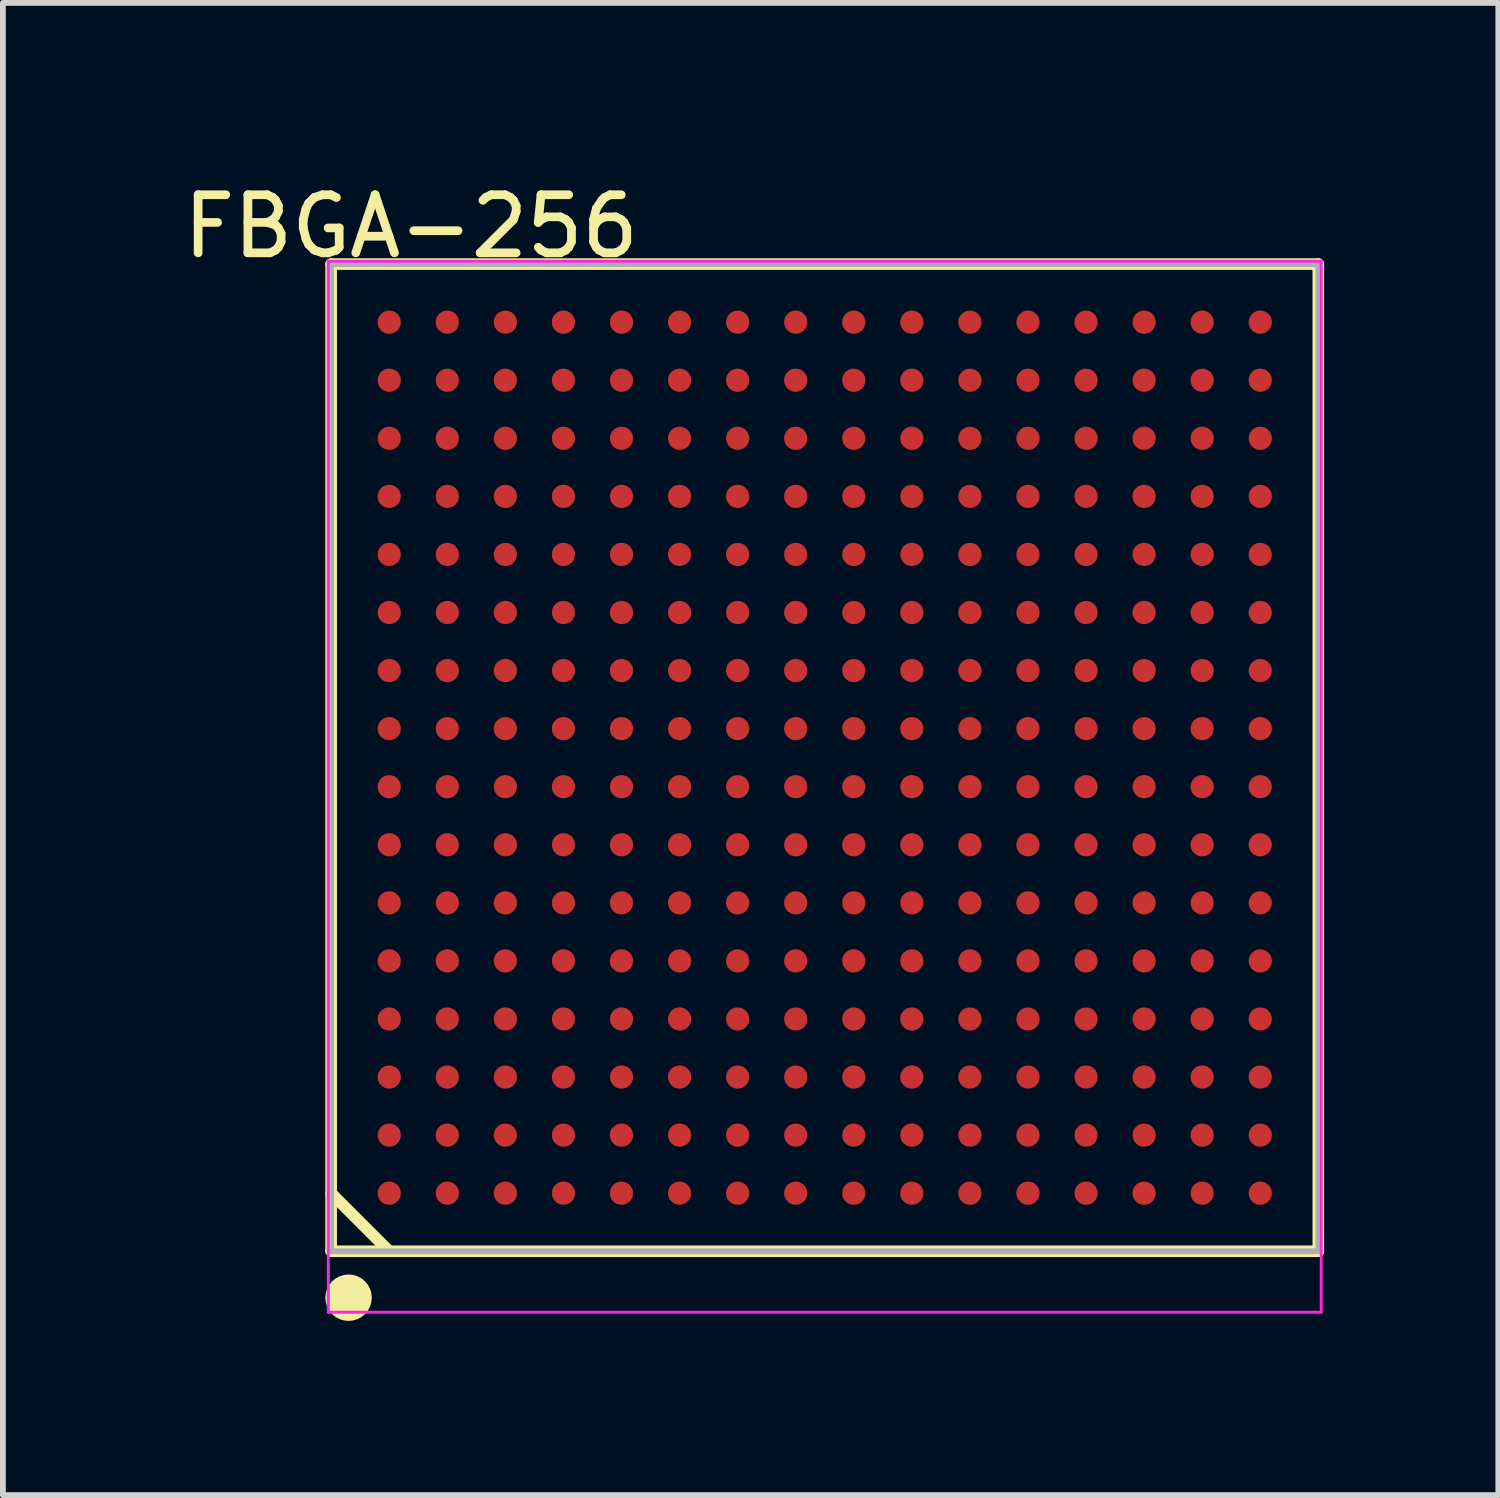
<source format=kicad_pcb>
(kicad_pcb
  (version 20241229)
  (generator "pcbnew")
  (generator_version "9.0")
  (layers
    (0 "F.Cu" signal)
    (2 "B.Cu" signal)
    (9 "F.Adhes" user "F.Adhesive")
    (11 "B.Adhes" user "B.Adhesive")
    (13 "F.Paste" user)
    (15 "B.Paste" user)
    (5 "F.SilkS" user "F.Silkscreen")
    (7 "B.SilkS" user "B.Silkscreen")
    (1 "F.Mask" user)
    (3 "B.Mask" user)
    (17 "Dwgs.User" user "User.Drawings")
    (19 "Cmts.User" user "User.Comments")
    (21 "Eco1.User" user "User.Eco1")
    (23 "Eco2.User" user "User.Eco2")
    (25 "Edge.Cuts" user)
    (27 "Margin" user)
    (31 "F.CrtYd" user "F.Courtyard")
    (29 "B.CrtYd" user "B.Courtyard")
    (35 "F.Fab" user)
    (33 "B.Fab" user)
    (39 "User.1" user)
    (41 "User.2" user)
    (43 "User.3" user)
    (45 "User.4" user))
  (footprint "FBGA-256"
    (layer "F.Cu")
    (at 11.153 9.998)
    (property "Reference" "FBGA-256" (at -7.124 -9.149 0) (layer "F.SilkS") (effects (font (size 1 1) (thickness 0.15))))
    (attr through_hole)
    (fp_line (start -8.5 -8.5) (end 8.5 -8.5) (stroke (width 0.2) (type solid)) (layer "F.SilkS"))
    (fp_line (start -8.5 7.5) (end -7.5 8.5) (stroke (width 0.2) (type solid)) (layer "F.SilkS"))
    (fp_line (start -8.5 8.5) (end -8.5 -8.5) (stroke (width 0.2) (type solid)) (layer "F.SilkS"))
    (fp_line (start -8.5 8.5) (end 8.5 8.5) (stroke (width 0.2) (type solid)) (layer "F.SilkS"))
    (fp_line (start 8.5 8.5) (end 8.5 -8.5) (stroke (width 0.2) (type solid)) (layer "F.SilkS"))
    (fp_circle (center -8.2 9.3) (end -8 9.3) (stroke (width 0.4) (type solid)) (fill no) (layer "F.SilkS"))
    (fp_line (start -8.55 -8.55) (end 8.55 -8.55) (stroke (width 0.05) (type solid)) (layer "F.CrtYd"))
    (fp_line (start -8.55 9.55) (end -8.55 -8.55) (stroke (width 0.05) (type solid)) (layer "F.CrtYd"))
    (fp_line (start 8.55 -8.55) (end 8.55 9.55) (stroke (width 0.05) (type solid)) (layer "F.CrtYd"))
    (fp_line (start 8.55 9.55) (end -8.55 9.55) (stroke (width 0.05) (type solid)) (layer "F.CrtYd"))
    (fp_line (start -8.5 -8.5) (end 8.5 -8.5) (stroke (width 0.1) (type solid)) (layer "F.Fab"))
    (fp_line (start -8.5 8.5) (end -8.5 -8.5) (stroke (width 0.1) (type solid)) (layer "F.Fab"))
    (fp_line (start -8.5 8.5) (end 8.5 8.5) (stroke (width 0.1) (type solid)) (layer "F.Fab"))
    (fp_line (start 8.5 8.5) (end 8.5 -8.5) (stroke (width 0.1) (type solid)) (layer "F.Fab"))
    (pad "A1" smd oval (at -7.5 7.5 90) (size 0.4 0.4) (layers "F.Cu" "F.Mask" "F.Paste"))
    (pad "A2" smd oval (at -7.5 6.5 90) (size 0.4 0.4) (layers "F.Cu" "F.Mask" "F.Paste"))
    (pad "A3" smd oval (at -7.5 5.5 90) (size 0.4 0.4) (layers "F.Cu" "F.Mask" "F.Paste"))
    (pad "A4" smd oval (at -7.5 4.5 90) (size 0.4 0.4) (layers "F.Cu" "F.Mask" "F.Paste"))
    (pad "A5" smd oval (at -7.5 3.5 90) (size 0.4 0.4) (layers "F.Cu" "F.Mask" "F.Paste"))
    (pad "A6" smd oval (at -7.5 2.5 90) (size 0.4 0.4) (layers "F.Cu" "F.Mask" "F.Paste"))
    (pad "A7" smd oval (at -7.5 1.5 90) (size 0.4 0.4) (layers "F.Cu" "F.Mask" "F.Paste"))
    (pad "A8" smd oval (at -7.5 0.5 90) (size 0.4 0.4) (layers "F.Cu" "F.Mask" "F.Paste"))
    (pad "A9" smd oval (at -7.5 -0.5 90) (size 0.4 0.4) (layers "F.Cu" "F.Mask" "F.Paste"))
    (pad "A10" smd oval (at -7.5 -1.5 90) (size 0.4 0.4) (layers "F.Cu" "F.Mask" "F.Paste"))
    (pad "A11" smd oval (at -7.5 -2.5 90) (size 0.4 0.4) (layers "F.Cu" "F.Mask" "F.Paste"))
    (pad "A12" smd oval (at -7.5 -3.5 90) (size 0.4 0.4) (layers "F.Cu" "F.Mask" "F.Paste"))
    (pad "A13" smd oval (at -7.5 -4.5 90) (size 0.4 0.4) (layers "F.Cu" "F.Mask" "F.Paste"))
    (pad "A14" smd oval (at -7.5 -5.5 90) (size 0.4 0.4) (layers "F.Cu" "F.Mask" "F.Paste"))
    (pad "A15" smd oval (at -7.5 -6.5 90) (size 0.4 0.4) (layers "F.Cu" "F.Mask" "F.Paste"))
    (pad "A16" smd oval (at -7.5 -7.5 90) (size 0.4 0.4) (layers "F.Cu" "F.Mask" "F.Paste"))
    (pad "B1" smd oval (at -6.5 7.5 90) (size 0.4 0.4) (layers "F.Cu" "F.Mask" "F.Paste"))
    (pad "B2" smd oval (at -6.5 6.5 90) (size 0.4 0.4) (layers "F.Cu" "F.Mask" "F.Paste"))
    (pad "B3" smd oval (at -6.5 5.5 90) (size 0.4 0.4) (layers "F.Cu" "F.Mask" "F.Paste"))
    (pad "B4" smd oval (at -6.5 4.5 90) (size 0.4 0.4) (layers "F.Cu" "F.Mask" "F.Paste"))
    (pad "B5" smd oval (at -6.5 3.5 90) (size 0.4 0.4) (layers "F.Cu" "F.Mask" "F.Paste"))
    (pad "B6" smd oval (at -6.5 2.5 90) (size 0.4 0.4) (layers "F.Cu" "F.Mask" "F.Paste"))
    (pad "B7" smd oval (at -6.5 1.5 90) (size 0.4 0.4) (layers "F.Cu" "F.Mask" "F.Paste"))
    (pad "B8" smd oval (at -6.5 0.5 90) (size 0.4 0.4) (layers "F.Cu" "F.Mask" "F.Paste"))
    (pad "B9" smd oval (at -6.5 -0.5 90) (size 0.4 0.4) (layers "F.Cu" "F.Mask" "F.Paste"))
    (pad "B10" smd oval (at -6.5 -1.5 90) (size 0.4 0.4) (layers "F.Cu" "F.Mask" "F.Paste"))
    (pad "B11" smd oval (at -6.5 -2.5 90) (size 0.4 0.4) (layers "F.Cu" "F.Mask" "F.Paste"))
    (pad "B12" smd oval (at -6.5 -3.5 90) (size 0.4 0.4) (layers "F.Cu" "F.Mask" "F.Paste"))
    (pad "B13" smd oval (at -6.5 -4.5 90) (size 0.4 0.4) (layers "F.Cu" "F.Mask" "F.Paste"))
    (pad "B14" smd oval (at -6.5 -5.5 90) (size 0.4 0.4) (layers "F.Cu" "F.Mask" "F.Paste"))
    (pad "B15" smd oval (at -6.5 -6.5 90) (size 0.4 0.4) (layers "F.Cu" "F.Mask" "F.Paste"))
    (pad "B16" smd oval (at -6.5 -7.5 90) (size 0.4 0.4) (layers "F.Cu" "F.Mask" "F.Paste"))
    (pad "C1" smd oval (at -5.5 7.5 90) (size 0.4 0.4) (layers "F.Cu" "F.Mask" "F.Paste"))
    (pad "C2" smd oval (at -5.5 6.5 90) (size 0.4 0.4) (layers "F.Cu" "F.Mask" "F.Paste"))
    (pad "C3" smd oval (at -5.5 5.5 90) (size 0.4 0.4) (layers "F.Cu" "F.Mask" "F.Paste"))
    (pad "C4" smd oval (at -5.5 4.5 90) (size 0.4 0.4) (layers "F.Cu" "F.Mask" "F.Paste"))
    (pad "C5" smd oval (at -5.5 3.5 90) (size 0.4 0.4) (layers "F.Cu" "F.Mask" "F.Paste"))
    (pad "C6" smd oval (at -5.5 2.5 90) (size 0.4 0.4) (layers "F.Cu" "F.Mask" "F.Paste"))
    (pad "C7" smd oval (at -5.5 1.5 90) (size 0.4 0.4) (layers "F.Cu" "F.Mask" "F.Paste"))
    (pad "C8" smd oval (at -5.5 0.5 90) (size 0.4 0.4) (layers "F.Cu" "F.Mask" "F.Paste"))
    (pad "C9" smd oval (at -5.5 -0.5 90) (size 0.4 0.4) (layers "F.Cu" "F.Mask" "F.Paste"))
    (pad "C10" smd oval (at -5.5 -1.5 90) (size 0.4 0.4) (layers "F.Cu" "F.Mask" "F.Paste"))
    (pad "C11" smd oval (at -5.5 -2.5 90) (size 0.4 0.4) (layers "F.Cu" "F.Mask" "F.Paste"))
    (pad "C12" smd oval (at -5.5 -3.5 90) (size 0.4 0.4) (layers "F.Cu" "F.Mask" "F.Paste"))
    (pad "C13" smd oval (at -5.5 -4.5 90) (size 0.4 0.4) (layers "F.Cu" "F.Mask" "F.Paste"))
    (pad "C14" smd oval (at -5.5 -5.5 90) (size 0.4 0.4) (layers "F.Cu" "F.Mask" "F.Paste"))
    (pad "C15" smd oval (at -5.5 -6.5 90) (size 0.4 0.4) (layers "F.Cu" "F.Mask" "F.Paste"))
    (pad "C16" smd oval (at -5.5 -7.5 90) (size 0.4 0.4) (layers "F.Cu" "F.Mask" "F.Paste"))
    (pad "D1" smd oval (at -4.5 7.5 90) (size 0.4 0.4) (layers "F.Cu" "F.Mask" "F.Paste"))
    (pad "D2" smd oval (at -4.5 6.5 90) (size 0.4 0.4) (layers "F.Cu" "F.Mask" "F.Paste"))
    (pad "D3" smd oval (at -4.5 5.5 90) (size 0.4 0.4) (layers "F.Cu" "F.Mask" "F.Paste"))
    (pad "D4" smd oval (at -4.5 4.5 90) (size 0.4 0.4) (layers "F.Cu" "F.Mask" "F.Paste"))
    (pad "D5" smd oval (at -4.5 3.5 90) (size 0.4 0.4) (layers "F.Cu" "F.Mask" "F.Paste"))
    (pad "D6" smd oval (at -4.5 2.5 90) (size 0.4 0.4) (layers "F.Cu" "F.Mask" "F.Paste"))
    (pad "D7" smd oval (at -4.5 1.5 90) (size 0.4 0.4) (layers "F.Cu" "F.Mask" "F.Paste"))
    (pad "D8" smd oval (at -4.5 0.5 90) (size 0.4 0.4) (layers "F.Cu" "F.Mask" "F.Paste"))
    (pad "D9" smd oval (at -4.5 -0.5 90) (size 0.4 0.4) (layers "F.Cu" "F.Mask" "F.Paste"))
    (pad "D10" smd oval (at -4.5 -1.5 90) (size 0.4 0.4) (layers "F.Cu" "F.Mask" "F.Paste"))
    (pad "D11" smd oval (at -4.5 -2.5 90) (size 0.4 0.4) (layers "F.Cu" "F.Mask" "F.Paste"))
    (pad "D12" smd oval (at -4.5 -3.5 90) (size 0.4 0.4) (layers "F.Cu" "F.Mask" "F.Paste"))
    (pad "D13" smd oval (at -4.5 -4.5 90) (size 0.4 0.4) (layers "F.Cu" "F.Mask" "F.Paste"))
    (pad "D14" smd oval (at -4.5 -5.5 90) (size 0.4 0.4) (layers "F.Cu" "F.Mask" "F.Paste"))
    (pad "D15" smd oval (at -4.5 -6.5 90) (size 0.4 0.4) (layers "F.Cu" "F.Mask" "F.Paste"))
    (pad "D16" smd oval (at -4.5 -7.5 90) (size 0.4 0.4) (layers "F.Cu" "F.Mask" "F.Paste"))
    (pad "E1" smd oval (at -3.5 7.5 90) (size 0.4 0.4) (layers "F.Cu" "F.Mask" "F.Paste"))
    (pad "E2" smd oval (at -3.5 6.5 90) (size 0.4 0.4) (layers "F.Cu" "F.Mask" "F.Paste"))
    (pad "E3" smd oval (at -3.5 5.5 90) (size 0.4 0.4) (layers "F.Cu" "F.Mask" "F.Paste"))
    (pad "E4" smd oval (at -3.5 4.5 90) (size 0.4 0.4) (layers "F.Cu" "F.Mask" "F.Paste"))
    (pad "E5" smd oval (at -3.5 3.5 90) (size 0.4 0.4) (layers "F.Cu" "F.Mask" "F.Paste"))
    (pad "E6" smd oval (at -3.5 2.5 90) (size 0.4 0.4) (layers "F.Cu" "F.Mask" "F.Paste"))
    (pad "E7" smd oval (at -3.5 1.5 90) (size 0.4 0.4) (layers "F.Cu" "F.Mask" "F.Paste"))
    (pad "E8" smd oval (at -3.5 0.5 90) (size 0.4 0.4) (layers "F.Cu" "F.Mask" "F.Paste"))
    (pad "E9" smd oval (at -3.5 -0.5 90) (size 0.4 0.4) (layers "F.Cu" "F.Mask" "F.Paste"))
    (pad "E10" smd oval (at -3.5 -1.5 90) (size 0.4 0.4) (layers "F.Cu" "F.Mask" "F.Paste"))
    (pad "E11" smd oval (at -3.5 -2.5 90) (size 0.4 0.4) (layers "F.Cu" "F.Mask" "F.Paste"))
    (pad "E12" smd oval (at -3.5 -3.5 90) (size 0.4 0.4) (layers "F.Cu" "F.Mask" "F.Paste"))
    (pad "E13" smd oval (at -3.5 -4.5 90) (size 0.4 0.4) (layers "F.Cu" "F.Mask" "F.Paste"))
    (pad "E14" smd oval (at -3.5 -5.5 90) (size 0.4 0.4) (layers "F.Cu" "F.Mask" "F.Paste"))
    (pad "E15" smd oval (at -3.5 -6.5 90) (size 0.4 0.4) (layers "F.Cu" "F.Mask" "F.Paste"))
    (pad "E16" smd oval (at -3.5 -7.5 90) (size 0.4 0.4) (layers "F.Cu" "F.Mask" "F.Paste"))
    (pad "F1" smd oval (at -2.5 7.5 90) (size 0.4 0.4) (layers "F.Cu" "F.Mask" "F.Paste"))
    (pad "F2" smd oval (at -2.5 6.5 90) (size 0.4 0.4) (layers "F.Cu" "F.Mask" "F.Paste"))
    (pad "F3" smd oval (at -2.5 5.5 90) (size 0.4 0.4) (layers "F.Cu" "F.Mask" "F.Paste"))
    (pad "F4" smd oval (at -2.5 4.5 90) (size 0.4 0.4) (layers "F.Cu" "F.Mask" "F.Paste"))
    (pad "F5" smd oval (at -2.5 3.5 90) (size 0.4 0.4) (layers "F.Cu" "F.Mask" "F.Paste"))
    (pad "F6" smd oval (at -2.5 2.5 90) (size 0.4 0.4) (layers "F.Cu" "F.Mask" "F.Paste"))
    (pad "F7" smd oval (at -2.5 1.5 90) (size 0.4 0.4) (layers "F.Cu" "F.Mask" "F.Paste"))
    (pad "F8" smd oval (at -2.5 0.5 90) (size 0.4 0.4) (layers "F.Cu" "F.Mask" "F.Paste"))
    (pad "F9" smd oval (at -2.5 -0.5 90) (size 0.4 0.4) (layers "F.Cu" "F.Mask" "F.Paste"))
    (pad "F10" smd oval (at -2.5 -1.5 90) (size 0.4 0.4) (layers "F.Cu" "F.Mask" "F.Paste"))
    (pad "F11" smd oval (at -2.5 -2.5 90) (size 0.4 0.4) (layers "F.Cu" "F.Mask" "F.Paste"))
    (pad "F12" smd oval (at -2.5 -3.5 90) (size 0.4 0.4) (layers "F.Cu" "F.Mask" "F.Paste"))
    (pad "F13" smd oval (at -2.5 -4.5 90) (size 0.4 0.4) (layers "F.Cu" "F.Mask" "F.Paste"))
    (pad "F14" smd oval (at -2.5 -5.5 90) (size 0.4 0.4) (layers "F.Cu" "F.Mask" "F.Paste"))
    (pad "F15" smd oval (at -2.5 -6.5 90) (size 0.4 0.4) (layers "F.Cu" "F.Mask" "F.Paste"))
    (pad "F16" smd oval (at -2.5 -7.5 90) (size 0.4 0.4) (layers "F.Cu" "F.Mask" "F.Paste"))
    (pad "G1" smd oval (at -1.5 7.5 90) (size 0.4 0.4) (layers "F.Cu" "F.Mask" "F.Paste"))
    (pad "G2" smd oval (at -1.5 6.5 90) (size 0.4 0.4) (layers "F.Cu" "F.Mask" "F.Paste"))
    (pad "G3" smd oval (at -1.5 5.5 90) (size 0.4 0.4) (layers "F.Cu" "F.Mask" "F.Paste"))
    (pad "G4" smd oval (at -1.5 4.5 90) (size 0.4 0.4) (layers "F.Cu" "F.Mask" "F.Paste"))
    (pad "G5" smd oval (at -1.5 3.5 90) (size 0.4 0.4) (layers "F.Cu" "F.Mask" "F.Paste"))
    (pad "G6" smd oval (at -1.5 2.5 90) (size 0.4 0.4) (layers "F.Cu" "F.Mask" "F.Paste"))
    (pad "G7" smd oval (at -1.5 1.5 90) (size 0.4 0.4) (layers "F.Cu" "F.Mask" "F.Paste"))
    (pad "G8" smd oval (at -1.5 0.5 90) (size 0.4 0.4) (layers "F.Cu" "F.Mask" "F.Paste"))
    (pad "G9" smd oval (at -1.5 -0.5 90) (size 0.4 0.4) (layers "F.Cu" "F.Mask" "F.Paste"))
    (pad "G10" smd oval (at -1.5 -1.5 90) (size 0.4 0.4) (layers "F.Cu" "F.Mask" "F.Paste"))
    (pad "G11" smd oval (at -1.5 -2.5 90) (size 0.4 0.4) (layers "F.Cu" "F.Mask" "F.Paste"))
    (pad "G12" smd oval (at -1.5 -3.5 90) (size 0.4 0.4) (layers "F.Cu" "F.Mask" "F.Paste"))
    (pad "G13" smd oval (at -1.5 -4.5 90) (size 0.4 0.4) (layers "F.Cu" "F.Mask" "F.Paste"))
    (pad "G14" smd oval (at -1.5 -5.5 90) (size 0.4 0.4) (layers "F.Cu" "F.Mask" "F.Paste"))
    (pad "G15" smd oval (at -1.5 -6.5 90) (size 0.4 0.4) (layers "F.Cu" "F.Mask" "F.Paste"))
    (pad "G16" smd oval (at -1.5 -7.5 90) (size 0.4 0.4) (layers "F.Cu" "F.Mask" "F.Paste"))
    (pad "H1" smd oval (at -0.5 7.5 90) (size 0.4 0.4) (layers "F.Cu" "F.Mask" "F.Paste"))
    (pad "H2" smd oval (at -0.5 6.5 90) (size 0.4 0.4) (layers "F.Cu" "F.Mask" "F.Paste"))
    (pad "H3" smd oval (at -0.5 5.5 90) (size 0.4 0.4) (layers "F.Cu" "F.Mask" "F.Paste"))
    (pad "H4" smd oval (at -0.5 4.5 90) (size 0.4 0.4) (layers "F.Cu" "F.Mask" "F.Paste"))
    (pad "H5" smd oval (at -0.5 3.5 90) (size 0.4 0.4) (layers "F.Cu" "F.Mask" "F.Paste"))
    (pad "H6" smd oval (at -0.5 2.5 90) (size 0.4 0.4) (layers "F.Cu" "F.Mask" "F.Paste"))
    (pad "H7" smd oval (at -0.5 1.5 90) (size 0.4 0.4) (layers "F.Cu" "F.Mask" "F.Paste"))
    (pad "H8" smd oval (at -0.5 0.5 90) (size 0.4 0.4) (layers "F.Cu" "F.Mask" "F.Paste"))
    (pad "H9" smd oval (at -0.5 -0.5 90) (size 0.4 0.4) (layers "F.Cu" "F.Mask" "F.Paste"))
    (pad "H10" smd oval (at -0.5 -1.5 90) (size 0.4 0.4) (layers "F.Cu" "F.Mask" "F.Paste"))
    (pad "H11" smd oval (at -0.5 -2.5 90) (size 0.4 0.4) (layers "F.Cu" "F.Mask" "F.Paste"))
    (pad "H12" smd oval (at -0.5 -3.5 90) (size 0.4 0.4) (layers "F.Cu" "F.Mask" "F.Paste"))
    (pad "H13" smd oval (at -0.5 -4.5 90) (size 0.4 0.4) (layers "F.Cu" "F.Mask" "F.Paste"))
    (pad "H14" smd oval (at -0.5 -5.5 90) (size 0.4 0.4) (layers "F.Cu" "F.Mask" "F.Paste"))
    (pad "H15" smd oval (at -0.5 -6.5 90) (size 0.4 0.4) (layers "F.Cu" "F.Mask" "F.Paste"))
    (pad "H16" smd oval (at -0.5 -7.5 90) (size 0.4 0.4) (layers "F.Cu" "F.Mask" "F.Paste"))
    (pad "J1" smd oval (at 0.5 7.5 90) (size 0.4 0.4) (layers "F.Cu" "F.Mask" "F.Paste"))
    (pad "J2" smd oval (at 0.5 6.5 90) (size 0.4 0.4) (layers "F.Cu" "F.Mask" "F.Paste"))
    (pad "J3" smd oval (at 0.5 5.5 90) (size 0.4 0.4) (layers "F.Cu" "F.Mask" "F.Paste"))
    (pad "J4" smd oval (at 0.5 4.5 90) (size 0.4 0.4) (layers "F.Cu" "F.Mask" "F.Paste"))
    (pad "J5" smd oval (at 0.5 3.5 90) (size 0.4 0.4) (layers "F.Cu" "F.Mask" "F.Paste"))
    (pad "J6" smd oval (at 0.5 2.5 90) (size 0.4 0.4) (layers "F.Cu" "F.Mask" "F.Paste"))
    (pad "J7" smd oval (at 0.5 1.5 90) (size 0.4 0.4) (layers "F.Cu" "F.Mask" "F.Paste"))
    (pad "J8" smd oval (at 0.5 0.5 90) (size 0.4 0.4) (layers "F.Cu" "F.Mask" "F.Paste"))
    (pad "J9" smd oval (at 0.5 -0.5 90) (size 0.4 0.4) (layers "F.Cu" "F.Mask" "F.Paste"))
    (pad "J10" smd oval (at 0.5 -1.5 90) (size 0.4 0.4) (layers "F.Cu" "F.Mask" "F.Paste"))
    (pad "J11" smd oval (at 0.5 -2.5 90) (size 0.4 0.4) (layers "F.Cu" "F.Mask" "F.Paste"))
    (pad "J12" smd oval (at 0.5 -3.5 90) (size 0.4 0.4) (layers "F.Cu" "F.Mask" "F.Paste"))
    (pad "J13" smd oval (at 0.5 -4.5 90) (size 0.4 0.4) (layers "F.Cu" "F.Mask" "F.Paste"))
    (pad "J14" smd oval (at 0.5 -5.5 90) (size 0.4 0.4) (layers "F.Cu" "F.Mask" "F.Paste"))
    (pad "J15" smd oval (at 0.5 -6.5 90) (size 0.4 0.4) (layers "F.Cu" "F.Mask" "F.Paste"))
    (pad "J16" smd oval (at 0.5 -7.5 90) (size 0.4 0.4) (layers "F.Cu" "F.Mask" "F.Paste"))
    (pad "K1" smd oval (at 1.5 7.5 90) (size 0.4 0.4) (layers "F.Cu" "F.Mask" "F.Paste"))
    (pad "K2" smd oval (at 1.5 6.5 90) (size 0.4 0.4) (layers "F.Cu" "F.Mask" "F.Paste"))
    (pad "K3" smd oval (at 1.5 5.5 90) (size 0.4 0.4) (layers "F.Cu" "F.Mask" "F.Paste"))
    (pad "K4" smd oval (at 1.5 4.5 90) (size 0.4 0.4) (layers "F.Cu" "F.Mask" "F.Paste"))
    (pad "K5" smd oval (at 1.5 3.5 90) (size 0.4 0.4) (layers "F.Cu" "F.Mask" "F.Paste"))
    (pad "K6" smd oval (at 1.5 2.5 90) (size 0.4 0.4) (layers "F.Cu" "F.Mask" "F.Paste"))
    (pad "K7" smd oval (at 1.5 1.5 90) (size 0.4 0.4) (layers "F.Cu" "F.Mask" "F.Paste"))
    (pad "K8" smd oval (at 1.5 0.5 90) (size 0.4 0.4) (layers "F.Cu" "F.Mask" "F.Paste"))
    (pad "K9" smd oval (at 1.5 -0.5 90) (size 0.4 0.4) (layers "F.Cu" "F.Mask" "F.Paste"))
    (pad "K10" smd oval (at 1.5 -1.5 90) (size 0.4 0.4) (layers "F.Cu" "F.Mask" "F.Paste"))
    (pad "K11" smd oval (at 1.5 -2.5 90) (size 0.4 0.4) (layers "F.Cu" "F.Mask" "F.Paste"))
    (pad "K12" smd oval (at 1.5 -3.5 90) (size 0.4 0.4) (layers "F.Cu" "F.Mask" "F.Paste"))
    (pad "K13" smd oval (at 1.5 -4.5 90) (size 0.4 0.4) (layers "F.Cu" "F.Mask" "F.Paste"))
    (pad "K14" smd oval (at 1.5 -5.5 90) (size 0.4 0.4) (layers "F.Cu" "F.Mask" "F.Paste"))
    (pad "K15" smd oval (at 1.5 -6.5 90) (size 0.4 0.4) (layers "F.Cu" "F.Mask" "F.Paste"))
    (pad "K16" smd oval (at 1.5 -7.5 90) (size 0.4 0.4) (layers "F.Cu" "F.Mask" "F.Paste"))
    (pad "L1" smd oval (at 2.5 7.5 90) (size 0.4 0.4) (layers "F.Cu" "F.Mask" "F.Paste"))
    (pad "L2" smd oval (at 2.5 6.5 90) (size 0.4 0.4) (layers "F.Cu" "F.Mask" "F.Paste"))
    (pad "L3" smd oval (at 2.5 5.5 90) (size 0.4 0.4) (layers "F.Cu" "F.Mask" "F.Paste"))
    (pad "L4" smd oval (at 2.5 4.5 90) (size 0.4 0.4) (layers "F.Cu" "F.Mask" "F.Paste"))
    (pad "L5" smd oval (at 2.5 3.5 90) (size 0.4 0.4) (layers "F.Cu" "F.Mask" "F.Paste"))
    (pad "L6" smd oval (at 2.5 2.5 90) (size 0.4 0.4) (layers "F.Cu" "F.Mask" "F.Paste"))
    (pad "L7" smd oval (at 2.5 1.5 90) (size 0.4 0.4) (layers "F.Cu" "F.Mask" "F.Paste"))
    (pad "L8" smd oval (at 2.5 0.5 90) (size 0.4 0.4) (layers "F.Cu" "F.Mask" "F.Paste"))
    (pad "L9" smd oval (at 2.5 -0.5 90) (size 0.4 0.4) (layers "F.Cu" "F.Mask" "F.Paste"))
    (pad "L10" smd oval (at 2.5 -1.5 90) (size 0.4 0.4) (layers "F.Cu" "F.Mask" "F.Paste"))
    (pad "L11" smd oval (at 2.5 -2.5 90) (size 0.4 0.4) (layers "F.Cu" "F.Mask" "F.Paste"))
    (pad "L12" smd oval (at 2.5 -3.5 90) (size 0.4 0.4) (layers "F.Cu" "F.Mask" "F.Paste"))
    (pad "L13" smd oval (at 2.5 -4.5 90) (size 0.4 0.4) (layers "F.Cu" "F.Mask" "F.Paste"))
    (pad "L14" smd oval (at 2.5 -5.5 90) (size 0.4 0.4) (layers "F.Cu" "F.Mask" "F.Paste"))
    (pad "L15" smd oval (at 2.5 -6.5 90) (size 0.4 0.4) (layers "F.Cu" "F.Mask" "F.Paste"))
    (pad "L16" smd oval (at 2.5 -7.5 90) (size 0.4 0.4) (layers "F.Cu" "F.Mask" "F.Paste"))
    (pad "M1" smd oval (at 3.5 7.5 90) (size 0.4 0.4) (layers "F.Cu" "F.Mask" "F.Paste"))
    (pad "M2" smd oval (at 3.5 6.5 90) (size 0.4 0.4) (layers "F.Cu" "F.Mask" "F.Paste"))
    (pad "M3" smd oval (at 3.5 5.5 90) (size 0.4 0.4) (layers "F.Cu" "F.Mask" "F.Paste"))
    (pad "M4" smd oval (at 3.5 4.5 90) (size 0.4 0.4) (layers "F.Cu" "F.Mask" "F.Paste"))
    (pad "M5" smd oval (at 3.5 3.5 90) (size 0.4 0.4) (layers "F.Cu" "F.Mask" "F.Paste"))
    (pad "M6" smd oval (at 3.5 2.5 90) (size 0.4 0.4) (layers "F.Cu" "F.Mask" "F.Paste"))
    (pad "M7" smd oval (at 3.5 1.5 90) (size 0.4 0.4) (layers "F.Cu" "F.Mask" "F.Paste"))
    (pad "M8" smd oval (at 3.5 0.5 90) (size 0.4 0.4) (layers "F.Cu" "F.Mask" "F.Paste"))
    (pad "M9" smd oval (at 3.5 -0.5 90) (size 0.4 0.4) (layers "F.Cu" "F.Mask" "F.Paste"))
    (pad "M10" smd oval (at 3.5 -1.5 90) (size 0.4 0.4) (layers "F.Cu" "F.Mask" "F.Paste"))
    (pad "M11" smd oval (at 3.5 -2.5 90) (size 0.4 0.4) (layers "F.Cu" "F.Mask" "F.Paste"))
    (pad "M12" smd oval (at 3.5 -3.5 90) (size 0.4 0.4) (layers "F.Cu" "F.Mask" "F.Paste"))
    (pad "M13" smd oval (at 3.5 -4.5 90) (size 0.4 0.4) (layers "F.Cu" "F.Mask" "F.Paste"))
    (pad "M14" smd oval (at 3.5 -5.5 90) (size 0.4 0.4) (layers "F.Cu" "F.Mask" "F.Paste"))
    (pad "M15" smd oval (at 3.5 -6.5 90) (size 0.4 0.4) (layers "F.Cu" "F.Mask" "F.Paste"))
    (pad "M16" smd oval (at 3.5 -7.5 90) (size 0.4 0.4) (layers "F.Cu" "F.Mask" "F.Paste"))
    (pad "N1" smd oval (at 4.5 7.5 90) (size 0.4 0.4) (layers "F.Cu" "F.Mask" "F.Paste"))
    (pad "N2" smd oval (at 4.5 6.5 90) (size 0.4 0.4) (layers "F.Cu" "F.Mask" "F.Paste"))
    (pad "N3" smd oval (at 4.5 5.5 90) (size 0.4 0.4) (layers "F.Cu" "F.Mask" "F.Paste"))
    (pad "N4" smd oval (at 4.5 4.5 90) (size 0.4 0.4) (layers "F.Cu" "F.Mask" "F.Paste"))
    (pad "N5" smd oval (at 4.5 3.5 90) (size 0.4 0.4) (layers "F.Cu" "F.Mask" "F.Paste"))
    (pad "N6" smd oval (at 4.5 2.5 90) (size 0.4 0.4) (layers "F.Cu" "F.Mask" "F.Paste"))
    (pad "N7" smd oval (at 4.5 1.5 90) (size 0.4 0.4) (layers "F.Cu" "F.Mask" "F.Paste"))
    (pad "N8" smd oval (at 4.5 0.5 90) (size 0.4 0.4) (layers "F.Cu" "F.Mask" "F.Paste"))
    (pad "N9" smd oval (at 4.5 -0.5 90) (size 0.4 0.4) (layers "F.Cu" "F.Mask" "F.Paste"))
    (pad "N10" smd oval (at 4.5 -1.5 90) (size 0.4 0.4) (layers "F.Cu" "F.Mask" "F.Paste"))
    (pad "N11" smd oval (at 4.5 -2.5 90) (size 0.4 0.4) (layers "F.Cu" "F.Mask" "F.Paste"))
    (pad "N12" smd oval (at 4.5 -3.5 90) (size 0.4 0.4) (layers "F.Cu" "F.Mask" "F.Paste"))
    (pad "N13" smd oval (at 4.5 -4.5 90) (size 0.4 0.4) (layers "F.Cu" "F.Mask" "F.Paste"))
    (pad "N14" smd oval (at 4.5 -5.5 90) (size 0.4 0.4) (layers "F.Cu" "F.Mask" "F.Paste"))
    (pad "N15" smd oval (at 4.5 -6.5 90) (size 0.4 0.4) (layers "F.Cu" "F.Mask" "F.Paste"))
    (pad "N16" smd oval (at 4.5 -7.5 90) (size 0.4 0.4) (layers "F.Cu" "F.Mask" "F.Paste"))
    (pad "P1" smd oval (at 5.5 7.5 90) (size 0.4 0.4) (layers "F.Cu" "F.Mask" "F.Paste"))
    (pad "P2" smd oval (at 5.5 6.5 90) (size 0.4 0.4) (layers "F.Cu" "F.Mask" "F.Paste"))
    (pad "P3" smd oval (at 5.5 5.5 90) (size 0.4 0.4) (layers "F.Cu" "F.Mask" "F.Paste"))
    (pad "P4" smd oval (at 5.5 4.5 90) (size 0.4 0.4) (layers "F.Cu" "F.Mask" "F.Paste"))
    (pad "P5" smd oval (at 5.5 3.5 90) (size 0.4 0.4) (layers "F.Cu" "F.Mask" "F.Paste"))
    (pad "P6" smd oval (at 5.5 2.5 90) (size 0.4 0.4) (layers "F.Cu" "F.Mask" "F.Paste"))
    (pad "P7" smd oval (at 5.5 1.5 90) (size 0.4 0.4) (layers "F.Cu" "F.Mask" "F.Paste"))
    (pad "P8" smd oval (at 5.5 0.5 90) (size 0.4 0.4) (layers "F.Cu" "F.Mask" "F.Paste"))
    (pad "P9" smd oval (at 5.5 -0.5 90) (size 0.4 0.4) (layers "F.Cu" "F.Mask" "F.Paste"))
    (pad "P10" smd oval (at 5.5 -1.5 90) (size 0.4 0.4) (layers "F.Cu" "F.Mask" "F.Paste"))
    (pad "P11" smd oval (at 5.5 -2.5 90) (size 0.4 0.4) (layers "F.Cu" "F.Mask" "F.Paste"))
    (pad "P12" smd oval (at 5.5 -3.5 90) (size 0.4 0.4) (layers "F.Cu" "F.Mask" "F.Paste"))
    (pad "P13" smd oval (at 5.5 -4.5 90) (size 0.4 0.4) (layers "F.Cu" "F.Mask" "F.Paste"))
    (pad "P14" smd oval (at 5.5 -5.5 90) (size 0.4 0.4) (layers "F.Cu" "F.Mask" "F.Paste"))
    (pad "P15" smd oval (at 5.5 -6.5 90) (size 0.4 0.4) (layers "F.Cu" "F.Mask" "F.Paste"))
    (pad "P16" smd oval (at 5.5 -7.5 90) (size 0.4 0.4) (layers "F.Cu" "F.Mask" "F.Paste"))
    (pad "R1" smd oval (at 6.5 7.5 90) (size 0.4 0.4) (layers "F.Cu" "F.Mask" "F.Paste"))
    (pad "R2" smd oval (at 6.5 6.5 90) (size 0.4 0.4) (layers "F.Cu" "F.Mask" "F.Paste"))
    (pad "R3" smd oval (at 6.5 5.5 90) (size 0.4 0.4) (layers "F.Cu" "F.Mask" "F.Paste"))
    (pad "R4" smd oval (at 6.5 4.5 90) (size 0.4 0.4) (layers "F.Cu" "F.Mask" "F.Paste"))
    (pad "R5" smd oval (at 6.5 3.5 90) (size 0.4 0.4) (layers "F.Cu" "F.Mask" "F.Paste"))
    (pad "R6" smd oval (at 6.5 2.5 90) (size 0.4 0.4) (layers "F.Cu" "F.Mask" "F.Paste"))
    (pad "R7" smd oval (at 6.5 1.5 90) (size 0.4 0.4) (layers "F.Cu" "F.Mask" "F.Paste"))
    (pad "R8" smd oval (at 6.5 0.5 90) (size 0.4 0.4) (layers "F.Cu" "F.Mask" "F.Paste"))
    (pad "R9" smd oval (at 6.5 -0.5 90) (size 0.4 0.4) (layers "F.Cu" "F.Mask" "F.Paste"))
    (pad "R10" smd oval (at 6.5 -1.5 90) (size 0.4 0.4) (layers "F.Cu" "F.Mask" "F.Paste"))
    (pad "R11" smd oval (at 6.5 -2.5 90) (size 0.4 0.4) (layers "F.Cu" "F.Mask" "F.Paste"))
    (pad "R12" smd oval (at 6.5 -3.5 90) (size 0.4 0.4) (layers "F.Cu" "F.Mask" "F.Paste"))
    (pad "R13" smd oval (at 6.5 -4.5 90) (size 0.4 0.4) (layers "F.Cu" "F.Mask" "F.Paste"))
    (pad "R14" smd oval (at 6.5 -5.5 90) (size 0.4 0.4) (layers "F.Cu" "F.Mask" "F.Paste"))
    (pad "R15" smd oval (at 6.5 -6.5 90) (size 0.4 0.4) (layers "F.Cu" "F.Mask" "F.Paste"))
    (pad "R16" smd oval (at 6.5 -7.5 90) (size 0.4 0.4) (layers "F.Cu" "F.Mask" "F.Paste"))
    (pad "T1" smd oval (at 7.5 7.5 90) (size 0.4 0.4) (layers "F.Cu" "F.Mask" "F.Paste"))
    (pad "T2" smd oval (at 7.5 6.5 90) (size 0.4 0.4) (layers "F.Cu" "F.Mask" "F.Paste"))
    (pad "T3" smd oval (at 7.5 5.5 90) (size 0.4 0.4) (layers "F.Cu" "F.Mask" "F.Paste"))
    (pad "T4" smd oval (at 7.5 4.5 90) (size 0.4 0.4) (layers "F.Cu" "F.Mask" "F.Paste"))
    (pad "T5" smd oval (at 7.5 3.5 90) (size 0.4 0.4) (layers "F.Cu" "F.Mask" "F.Paste"))
    (pad "T6" smd oval (at 7.5 2.5 90) (size 0.4 0.4) (layers "F.Cu" "F.Mask" "F.Paste"))
    (pad "T7" smd oval (at 7.5 1.5 90) (size 0.4 0.4) (layers "F.Cu" "F.Mask" "F.Paste"))
    (pad "T8" smd oval (at 7.5 0.5 90) (size 0.4 0.4) (layers "F.Cu" "F.Mask" "F.Paste"))
    (pad "T9" smd oval (at 7.5 -0.5 90) (size 0.4 0.4) (layers "F.Cu" "F.Mask" "F.Paste"))
    (pad "T10" smd oval (at 7.5 -1.5 90) (size 0.4 0.4) (layers "F.Cu" "F.Mask" "F.Paste"))
    (pad "T11" smd oval (at 7.5 -2.5 90) (size 0.4 0.4) (layers "F.Cu" "F.Mask" "F.Paste"))
    (pad "T12" smd oval (at 7.5 -3.5 90) (size 0.4 0.4) (layers "F.Cu" "F.Mask" "F.Paste"))
    (pad "T13" smd oval (at 7.5 -4.5 90) (size 0.4 0.4) (layers "F.Cu" "F.Mask" "F.Paste"))
    (pad "T14" smd oval (at 7.5 -5.5 90) (size 0.4 0.4) (layers "F.Cu" "F.Mask" "F.Paste"))
    (pad "T15" smd oval (at 7.5 -6.5 90) (size 0.4 0.4) (layers "F.Cu" "F.Mask" "F.Paste"))
    (pad "T16" smd oval (at 7.5 -7.5 90) (size 0.4 0.4) (layers "F.Cu" "F.Mask" "F.Paste")))
  (gr_rect
    (start -3 -3)
    (end 22.753 22.698)
    (stroke (width 0.1) (type default))
    (fill no)
    (layer "Edge.Cuts")))
</source>
